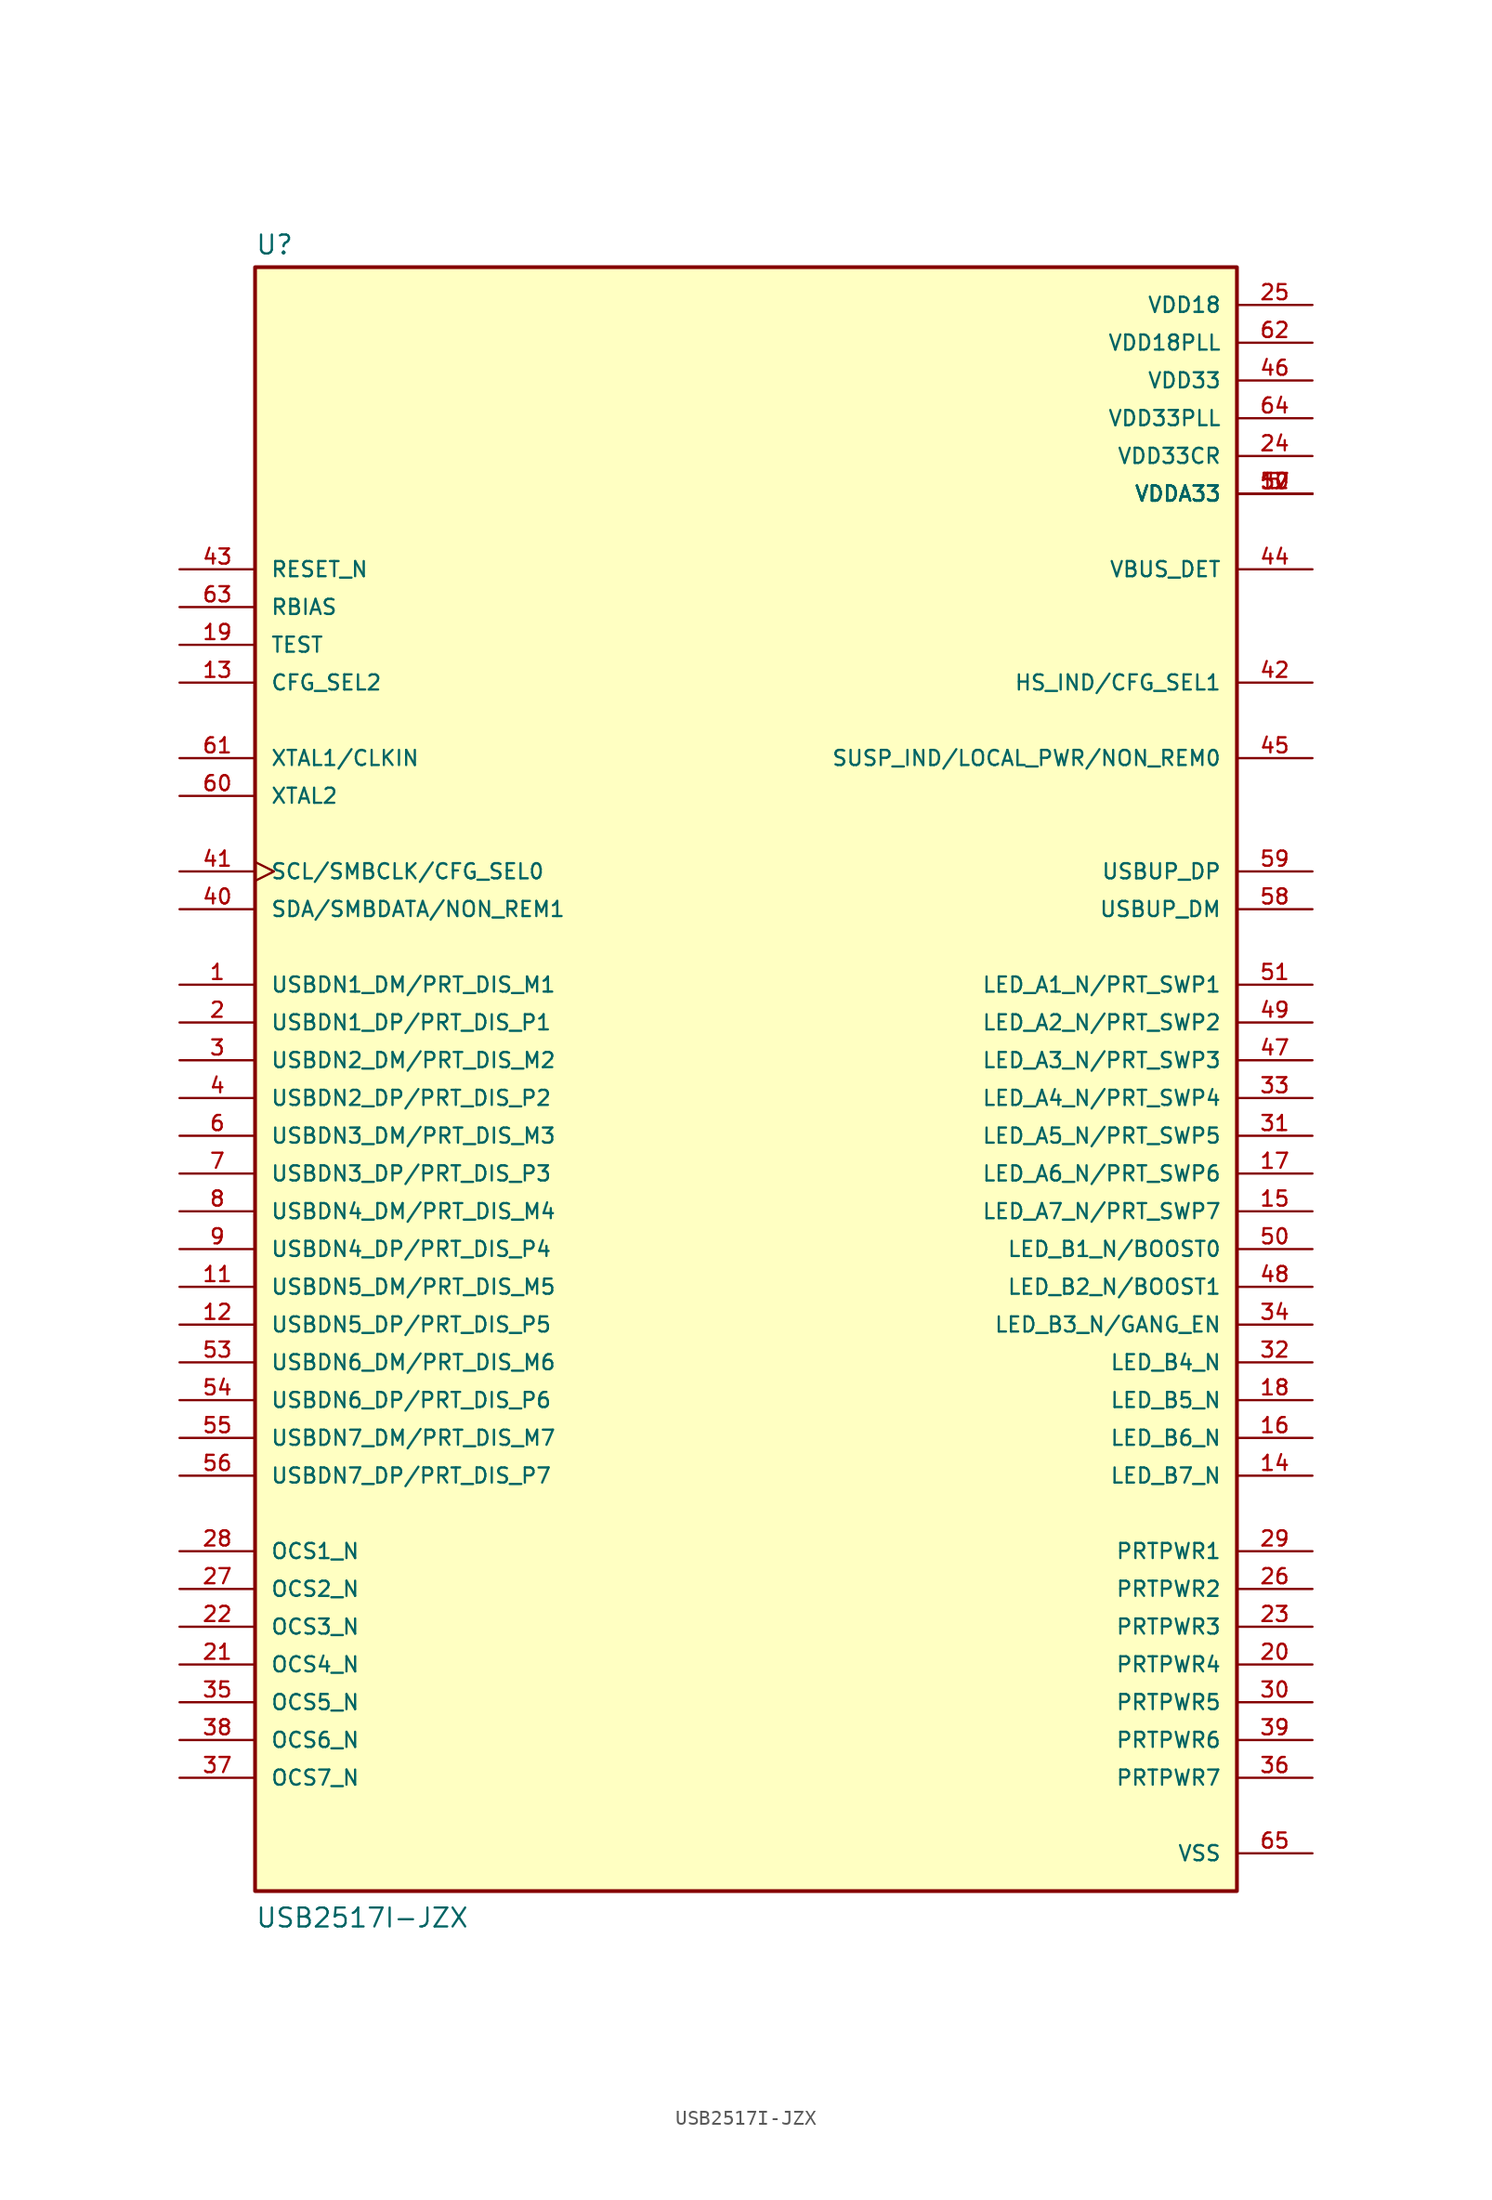
<source format=kicad_sym>
(kicad_symbol_lib
  (version 20220914)
  (generator kicad_symbol_editor)
  (symbol "USB2517I-JZX"
    (pin_names
      (offset 1.016))
    (property "Reference" "U"
      (at -33.02 54.102 0)
      (effects (font (size 1.27 1.27)) (justify left bottom)))
    (property "Value" "USB2517I-JZX"
      (at -33.02 -58.42 0)
      (effects (font (size 1.27 1.27)) (justify left bottom)))
    (symbol "USB2517I-JZX_0_0"
      (rectangle (start -33.02 -55.88) (end 33.02 53.34) (stroke (width 0.254) (type default)) (fill (type background)))
      (pin bidirectional line (at -38.1 5.08 0) (length 5.08) (name "USBDN1_DM/PRT_DIS_M1" (effects (font (size 1.016 1.016)))) (number "1" (effects (font (size 1.016 1.016)))))
      (pin power_in line (at 38.1 38.1 180) (length 5.08) (name "VDDA33" (effects (font (size 1.016 1.016)))) (number "10" (effects (font (size 1.016 1.016)))))
      (pin bidirectional line (at -38.1 -15.24 0) (length 5.08) (name "USBDN5_DM/PRT_DIS_M5" (effects (font (size 1.016 1.016)))) (number "11" (effects (font (size 1.016 1.016)))))
      (pin bidirectional line (at -38.1 -17.78 0) (length 5.08) (name "USBDN5_DP/PRT_DIS_P5" (effects (font (size 1.016 1.016)))) (number "12" (effects (font (size 1.016 1.016)))))
      (pin input line (at -38.1 25.4 0) (length 5.08) (name "CFG_SEL2" (effects (font (size 1.016 1.016)))) (number "13" (effects (font (size 1.016 1.016)))))
      (pin bidirectional line (at 38.1 -27.94 180) (length 5.08) (name "LED_B7_N" (effects (font (size 1.016 1.016)))) (number "14" (effects (font (size 1.016 1.016)))))
      (pin bidirectional line (at 38.1 -10.16 180) (length 5.08) (name "LED_A7_N/PRT_SWP7" (effects (font (size 1.016 1.016)))) (number "15" (effects (font (size 1.016 1.016)))))
      (pin bidirectional line (at 38.1 -25.4 180) (length 5.08) (name "LED_B6_N" (effects (font (size 1.016 1.016)))) (number "16" (effects (font (size 1.016 1.016)))))
      (pin bidirectional line (at 38.1 -7.62 180) (length 5.08) (name "LED_A6_N/PRT_SWP6" (effects (font (size 1.016 1.016)))) (number "17" (effects (font (size 1.016 1.016)))))
      (pin bidirectional line (at 38.1 -22.86 180) (length 5.08) (name "LED_B5_N" (effects (font (size 1.016 1.016)))) (number "18" (effects (font (size 1.016 1.016)))))
      (pin input line (at -38.1 27.94 0) (length 5.08) (name "TEST" (effects (font (size 1.016 1.016)))) (number "19" (effects (font (size 1.016 1.016)))))
      (pin bidirectional line (at -38.1 2.54 0) (length 5.08) (name "USBDN1_DP/PRT_DIS_P1" (effects (font (size 1.016 1.016)))) (number "2" (effects (font (size 1.016 1.016)))))
      (pin output line (at 38.1 -40.64 180) (length 5.08) (name "PRTPWR4" (effects (font (size 1.016 1.016)))) (number "20" (effects (font (size 1.016 1.016)))))
      (pin input line (at -38.1 -40.64 0) (length 5.08) (name "OCS4_N" (effects (font (size 1.016 1.016)))) (number "21" (effects (font (size 1.016 1.016)))))
      (pin input line (at -38.1 -38.1 0) (length 5.08) (name "OCS3_N" (effects (font (size 1.016 1.016)))) (number "22" (effects (font (size 1.016 1.016)))))
      (pin output line (at 38.1 -38.1 180) (length 5.08) (name "PRTPWR3" (effects (font (size 1.016 1.016)))) (number "23" (effects (font (size 1.016 1.016)))))
      (pin power_in line (at 38.1 40.64 180) (length 5.08) (name "VDD33CR" (effects (font (size 1.016 1.016)))) (number "24" (effects (font (size 1.016 1.016)))))
      (pin power_in line (at 38.1 50.8 180) (length 5.08) (name "VDD18" (effects (font (size 1.016 1.016)))) (number "25" (effects (font (size 1.016 1.016)))))
      (pin output line (at 38.1 -35.56 180) (length 5.08) (name "PRTPWR2" (effects (font (size 1.016 1.016)))) (number "26" (effects (font (size 1.016 1.016)))))
      (pin input line (at -38.1 -35.56 0) (length 5.08) (name "OCS2_N" (effects (font (size 1.016 1.016)))) (number "27" (effects (font (size 1.016 1.016)))))
      (pin input line (at -38.1 -33.02 0) (length 5.08) (name "OCS1_N" (effects (font (size 1.016 1.016)))) (number "28" (effects (font (size 1.016 1.016)))))
      (pin output line (at 38.1 -33.02 180) (length 5.08) (name "PRTPWR1" (effects (font (size 1.016 1.016)))) (number "29" (effects (font (size 1.016 1.016)))))
      (pin bidirectional line (at -38.1 0 0) (length 5.08) (name "USBDN2_DM/PRT_DIS_M2" (effects (font (size 1.016 1.016)))) (number "3" (effects (font (size 1.016 1.016)))))
      (pin output line (at 38.1 -43.18 180) (length 5.08) (name "PRTPWR5" (effects (font (size 1.016 1.016)))) (number "30" (effects (font (size 1.016 1.016)))))
      (pin bidirectional line (at 38.1 -5.08 180) (length 5.08) (name "LED_A5_N/PRT_SWP5" (effects (font (size 1.016 1.016)))) (number "31" (effects (font (size 1.016 1.016)))))
      (pin bidirectional line (at 38.1 -20.32 180) (length 5.08) (name "LED_B4_N" (effects (font (size 1.016 1.016)))) (number "32" (effects (font (size 1.016 1.016)))))
      (pin bidirectional line (at 38.1 -2.54 180) (length 5.08) (name "LED_A4_N/PRT_SWP4" (effects (font (size 1.016 1.016)))) (number "33" (effects (font (size 1.016 1.016)))))
      (pin bidirectional line (at 38.1 -17.78 180) (length 5.08) (name "LED_B3_N/GANG_EN" (effects (font (size 1.016 1.016)))) (number "34" (effects (font (size 1.016 1.016)))))
      (pin input line (at -38.1 -43.18 0) (length 5.08) (name "OCS5_N" (effects (font (size 1.016 1.016)))) (number "35" (effects (font (size 1.016 1.016)))))
      (pin output line (at 38.1 -48.26 180) (length 5.08) (name "PRTPWR7" (effects (font (size 1.016 1.016)))) (number "36" (effects (font (size 1.016 1.016)))))
      (pin input line (at -38.1 -48.26 0) (length 5.08) (name "OCS7_N" (effects (font (size 1.016 1.016)))) (number "37" (effects (font (size 1.016 1.016)))))
      (pin input line (at -38.1 -45.72 0) (length 5.08) (name "OCS6_N" (effects (font (size 1.016 1.016)))) (number "38" (effects (font (size 1.016 1.016)))))
      (pin output line (at 38.1 -45.72 180) (length 5.08) (name "PRTPWR6" (effects (font (size 1.016 1.016)))) (number "39" (effects (font (size 1.016 1.016)))))
      (pin bidirectional line (at -38.1 -2.54 0) (length 5.08) (name "USBDN2_DP/PRT_DIS_P2" (effects (font (size 1.016 1.016)))) (number "4" (effects (font (size 1.016 1.016)))))
      (pin bidirectional line (at -38.1 10.16 0) (length 5.08) (name "SDA/SMBDATA/NON_REM1" (effects (font (size 1.016 1.016)))) (number "40" (effects (font (size 1.016 1.016)))))
      (pin bidirectional clock (at -38.1 12.7 0) (length 5.08) (name "SCL/SMBCLK/CFG_SEL0" (effects (font (size 1.016 1.016)))) (number "41" (effects (font (size 1.016 1.016)))))
      (pin bidirectional line (at 38.1 25.4 180) (length 5.08) (name "HS_IND/CFG_SEL1" (effects (font (size 1.016 1.016)))) (number "42" (effects (font (size 1.016 1.016)))))
      (pin input line (at -38.1 33.02 0) (length 5.08) (name "RESET_N" (effects (font (size 1.016 1.016)))) (number "43" (effects (font (size 1.016 1.016)))))
      (pin bidirectional line (at 38.1 33.02 180) (length 5.08) (name "VBUS_DET" (effects (font (size 1.016 1.016)))) (number "44" (effects (font (size 1.016 1.016)))))
      (pin bidirectional line (at 38.1 20.32 180) (length 5.08) (name "SUSP_IND/LOCAL_PWR/NON_REM0" (effects (font (size 1.016 1.016)))) (number "45" (effects (font (size 1.016 1.016)))))
      (pin power_in line (at 38.1 45.72 180) (length 5.08) (name "VDD33" (effects (font (size 1.016 1.016)))) (number "46" (effects (font (size 1.016 1.016)))))
      (pin bidirectional line (at 38.1 0 180) (length 5.08) (name "LED_A3_N/PRT_SWP3" (effects (font (size 1.016 1.016)))) (number "47" (effects (font (size 1.016 1.016)))))
      (pin bidirectional line (at 38.1 -15.24 180) (length 5.08) (name "LED_B2_N/BOOST1" (effects (font (size 1.016 1.016)))) (number "48" (effects (font (size 1.016 1.016)))))
      (pin bidirectional line (at 38.1 2.54 180) (length 5.08) (name "LED_A2_N/PRT_SWP2" (effects (font (size 1.016 1.016)))) (number "49" (effects (font (size 1.016 1.016)))))
      (pin power_in line (at 38.1 38.1 180) (length 5.08) (name "VDDA33" (effects (font (size 1.016 1.016)))) (number "5" (effects (font (size 1.016 1.016)))))
      (pin bidirectional line (at 38.1 -12.7 180) (length 5.08) (name "LED_B1_N/BOOST0" (effects (font (size 1.016 1.016)))) (number "50" (effects (font (size 1.016 1.016)))))
      (pin bidirectional line (at 38.1 5.08 180) (length 5.08) (name "LED_A1_N/PRT_SWP1" (effects (font (size 1.016 1.016)))) (number "51" (effects (font (size 1.016 1.016)))))
      (pin power_in line (at 38.1 38.1 180) (length 5.08) (name "VDDA33" (effects (font (size 1.016 1.016)))) (number "52" (effects (font (size 1.016 1.016)))))
      (pin bidirectional line (at -38.1 -20.32 0) (length 5.08) (name "USBDN6_DM/PRT_DIS_M6" (effects (font (size 1.016 1.016)))) (number "53" (effects (font (size 1.016 1.016)))))
      (pin bidirectional line (at -38.1 -22.86 0) (length 5.08) (name "USBDN6_DP/PRT_DIS_P6" (effects (font (size 1.016 1.016)))) (number "54" (effects (font (size 1.016 1.016)))))
      (pin bidirectional line (at -38.1 -25.4 0) (length 5.08) (name "USBDN7_DM/PRT_DIS_M7" (effects (font (size 1.016 1.016)))) (number "55" (effects (font (size 1.016 1.016)))))
      (pin bidirectional line (at -38.1 -27.94 0) (length 5.08) (name "USBDN7_DP/PRT_DIS_P7" (effects (font (size 1.016 1.016)))) (number "56" (effects (font (size 1.016 1.016)))))
      (pin power_in line (at 38.1 38.1 180) (length 5.08) (name "VDDA33" (effects (font (size 1.016 1.016)))) (number "57" (effects (font (size 1.016 1.016)))))
      (pin bidirectional line (at 38.1 10.16 180) (length 5.08) (name "USBUP_DM" (effects (font (size 1.016 1.016)))) (number "58" (effects (font (size 1.016 1.016)))))
      (pin bidirectional line (at 38.1 12.7 180) (length 5.08) (name "USBUP_DP" (effects (font (size 1.016 1.016)))) (number "59" (effects (font (size 1.016 1.016)))))
      (pin bidirectional line (at -38.1 -5.08 0) (length 5.08) (name "USBDN3_DM/PRT_DIS_M3" (effects (font (size 1.016 1.016)))) (number "6" (effects (font (size 1.016 1.016)))))
      (pin output line (at -38.1 17.78 0) (length 5.08) (name "XTAL2" (effects (font (size 1.016 1.016)))) (number "60" (effects (font (size 1.016 1.016)))))
      (pin input line (at -38.1 20.32 0) (length 5.08) (name "XTAL1/CLKIN" (effects (font (size 1.016 1.016)))) (number "61" (effects (font (size 1.016 1.016)))))
      (pin power_in line (at 38.1 48.26 180) (length 5.08) (name "VDD18PLL" (effects (font (size 1.016 1.016)))) (number "62" (effects (font (size 1.016 1.016)))))
      (pin input line (at -38.1 30.48 0) (length 5.08) (name "RBIAS" (effects (font (size 1.016 1.016)))) (number "63" (effects (font (size 1.016 1.016)))))
      (pin power_in line (at 38.1 43.18 180) (length 5.08) (name "VDD33PLL" (effects (font (size 1.016 1.016)))) (number "64" (effects (font (size 1.016 1.016)))))
      (pin power_in line (at 38.1 -53.34 180) (length 5.08) (name "VSS" (effects (font (size 1.016 1.016)))) (number "65" (effects (font (size 1.016 1.016)))))
      (pin bidirectional line (at -38.1 -7.62 0) (length 5.08) (name "USBDN3_DP/PRT_DIS_P3" (effects (font (size 1.016 1.016)))) (number "7" (effects (font (size 1.016 1.016)))))
      (pin bidirectional line (at -38.1 -10.16 0) (length 5.08) (name "USBDN4_DM/PRT_DIS_M4" (effects (font (size 1.016 1.016)))) (number "8" (effects (font (size 1.016 1.016)))))
      (pin bidirectional line (at -38.1 -12.7 0) (length 5.08) (name "USBDN4_DP/PRT_DIS_P4" (effects (font (size 1.016 1.016)))) (number "9" (effects (font (size 1.016 1.016))))))))
</source>
